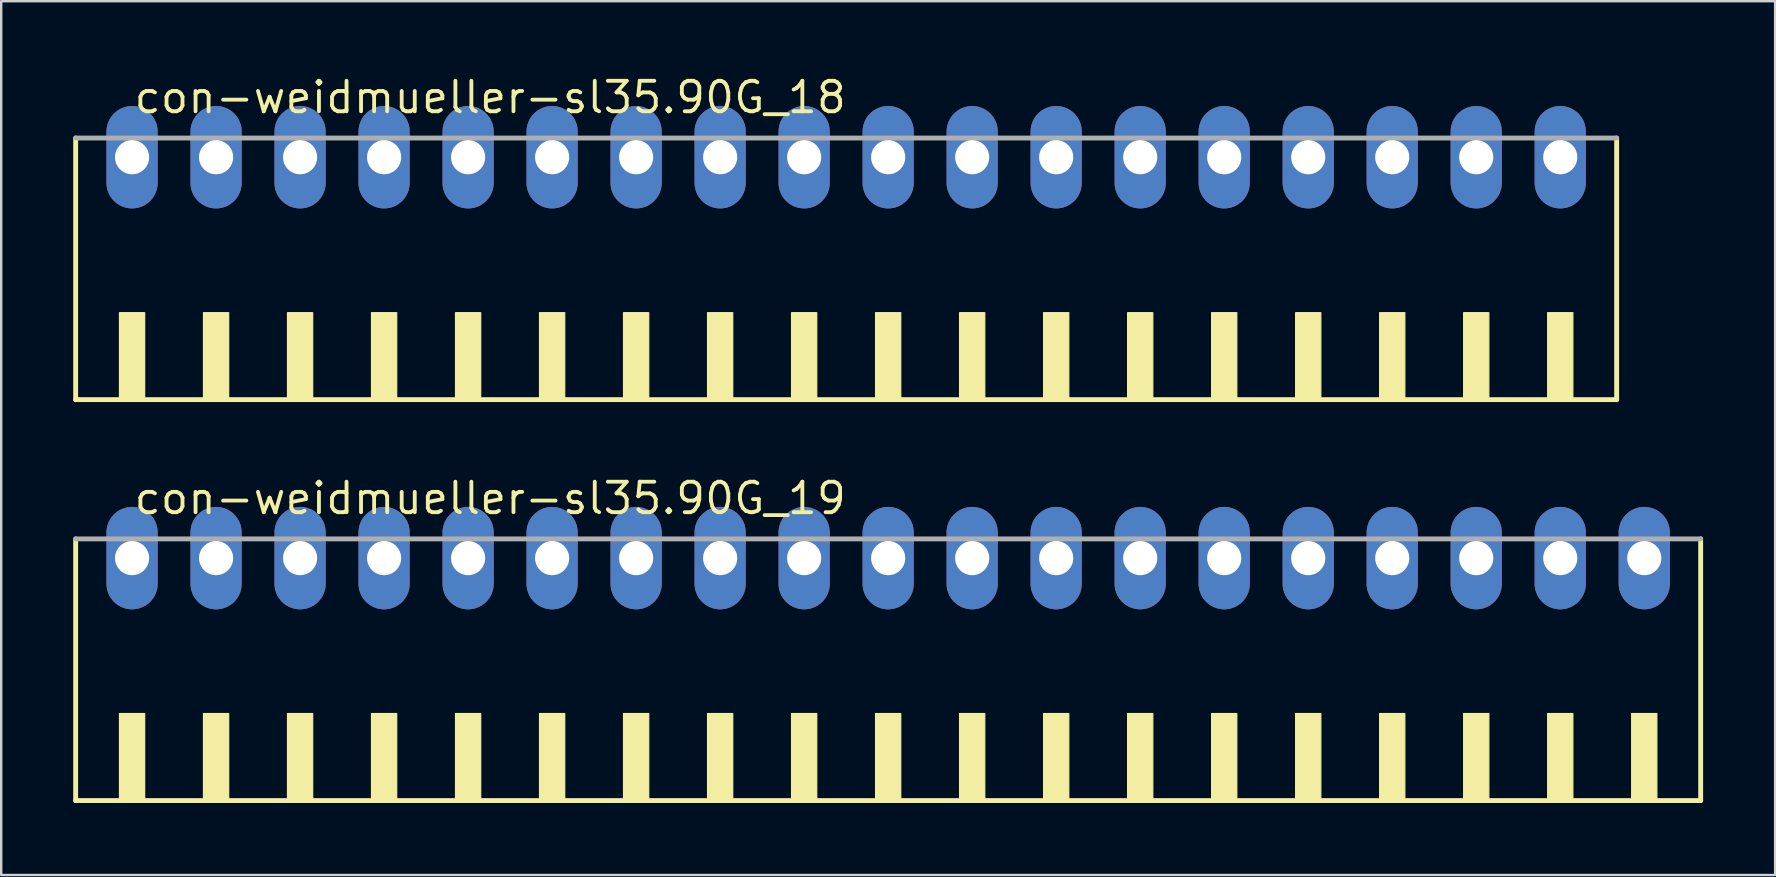
<source format=kicad_pcb>
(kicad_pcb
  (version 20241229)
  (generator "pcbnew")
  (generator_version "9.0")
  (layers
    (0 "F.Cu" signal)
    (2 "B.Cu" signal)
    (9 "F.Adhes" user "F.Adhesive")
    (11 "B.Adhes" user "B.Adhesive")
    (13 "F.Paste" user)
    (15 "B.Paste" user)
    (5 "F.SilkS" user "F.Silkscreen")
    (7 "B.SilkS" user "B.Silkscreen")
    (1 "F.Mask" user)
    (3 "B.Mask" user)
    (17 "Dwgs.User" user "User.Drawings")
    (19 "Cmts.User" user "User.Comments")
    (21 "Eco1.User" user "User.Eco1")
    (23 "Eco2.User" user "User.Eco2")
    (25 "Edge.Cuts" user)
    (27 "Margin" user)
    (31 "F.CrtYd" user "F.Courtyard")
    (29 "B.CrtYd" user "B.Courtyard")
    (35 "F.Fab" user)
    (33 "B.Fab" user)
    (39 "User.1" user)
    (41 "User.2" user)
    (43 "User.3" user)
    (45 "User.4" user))
  (footprint "con-weidmueller-sl35.90G_19"
    (layer "F.Cu")
    (at 33.952 25.452)
    (property "Reference" "con-weidmueller-sl35.90G_19" (at -31.5 -7 0) (layer "F.SilkS") (effects (font (size 1.27 1.27) (thickness 0.16)) (justify left bottom)))
    (attr through_hole)
    (fp_line (start -33.85 -6.05) (end -33.85 4.85) (stroke (width 0.203) (type default)) (layer "F.SilkS"))
    (fp_line (start -33.85 4.85) (end 33.85 4.85) (stroke (width 0.203) (type default)) (layer "F.SilkS"))
    (fp_line (start 33.85 4.85) (end 33.85 -6.05) (stroke (width 0.203) (type default)) (layer "F.SilkS"))
    (fp_rect (start -32.025 4.9) (end -30.975 1.225) (stroke (width 0.05) (type default)) (fill yes) (layer "F.SilkS"))
    (fp_rect (start -28.525 4.9) (end -27.475 1.225) (stroke (width 0.05) (type default)) (fill yes) (layer "F.SilkS"))
    (fp_rect (start -25.025 4.9) (end -23.975 1.225) (stroke (width 0.05) (type default)) (fill yes) (layer "F.SilkS"))
    (fp_rect (start -21.525 4.9) (end -20.475 1.225) (stroke (width 0.05) (type default)) (fill yes) (layer "F.SilkS"))
    (fp_rect (start -18.025 4.9) (end -16.975 1.225) (stroke (width 0.05) (type default)) (fill yes) (layer "F.SilkS"))
    (fp_rect (start -14.525 4.9) (end -13.475 1.225) (stroke (width 0.05) (type default)) (fill yes) (layer "F.SilkS"))
    (fp_rect (start -11.025 4.9) (end -9.975 1.225) (stroke (width 0.05) (type default)) (fill yes) (layer "F.SilkS"))
    (fp_rect (start -7.525 4.9) (end -6.475 1.225) (stroke (width 0.05) (type default)) (fill yes) (layer "F.SilkS"))
    (fp_rect (start -4.025 4.9) (end -2.975 1.225) (stroke (width 0.05) (type default)) (fill yes) (layer "F.SilkS"))
    (fp_rect (start -0.525 4.9) (end 0.525 1.225) (stroke (width 0.05) (type default)) (fill yes) (layer "F.SilkS"))
    (fp_rect (start 2.975 4.9) (end 4.025 1.225) (stroke (width 0.05) (type default)) (fill yes) (layer "F.SilkS"))
    (fp_rect (start 6.475 4.9) (end 7.525 1.225) (stroke (width 0.05) (type default)) (fill yes) (layer "F.SilkS"))
    (fp_rect (start 9.975 4.9) (end 11.025 1.225) (stroke (width 0.05) (type default)) (fill yes) (layer "F.SilkS"))
    (fp_rect (start 13.475 4.9) (end 14.525 1.225) (stroke (width 0.05) (type default)) (fill yes) (layer "F.SilkS"))
    (fp_rect (start 16.975 4.9) (end 18.025 1.225) (stroke (width 0.05) (type default)) (fill yes) (layer "F.SilkS"))
    (fp_rect (start 20.475 4.9) (end 21.525 1.225) (stroke (width 0.05) (type default)) (fill yes) (layer "F.SilkS"))
    (fp_rect (start 23.975 4.9) (end 25.025 1.225) (stroke (width 0.05) (type default)) (fill yes) (layer "F.SilkS"))
    (fp_rect (start 27.475 4.9) (end 28.525 1.225) (stroke (width 0.05) (type default)) (fill yes) (layer "F.SilkS"))
    (fp_rect (start 30.975 4.9) (end 32.025 1.225) (stroke (width 0.05) (type default)) (fill yes) (layer "F.SilkS"))
    (fp_line (start 33.85 -6.05) (end -33.85 -6.05) (stroke (width 0.203) (type default)) (layer "F.Fab"))
    (pad "1" thru_hole oval (at -31.5 -5.25 90) (size 4.267 2.134) (drill 1.422) (layers "*.Cu" "*.Mask"))
    (pad "2" thru_hole oval (at -28 -5.25 90) (size 4.267 2.134) (drill 1.422) (layers "*.Cu" "*.Mask"))
    (pad "3" thru_hole oval (at -24.5 -5.25 90) (size 4.267 2.134) (drill 1.422) (layers "*.Cu" "*.Mask"))
    (pad "4" thru_hole oval (at -21 -5.25 90) (size 4.267 2.134) (drill 1.422) (layers "*.Cu" "*.Mask"))
    (pad "5" thru_hole oval (at -17.5 -5.25 90) (size 4.267 2.134) (drill 1.422) (layers "*.Cu" "*.Mask"))
    (pad "6" thru_hole oval (at -14 -5.25 90) (size 4.267 2.134) (drill 1.422) (layers "*.Cu" "*.Mask"))
    (pad "7" thru_hole oval (at -10.5 -5.25 90) (size 4.267 2.134) (drill 1.422) (layers "*.Cu" "*.Mask"))
    (pad "8" thru_hole oval (at -7 -5.25 90) (size 4.267 2.134) (drill 1.422) (layers "*.Cu" "*.Mask"))
    (pad "9" thru_hole oval (at -3.5 -5.25 90) (size 4.267 2.134) (drill 1.422) (layers "*.Cu" "*.Mask"))
    (pad "10" thru_hole oval (at 0 -5.25 90) (size 4.267 2.134) (drill 1.422) (layers "*.Cu" "*.Mask"))
    (pad "11" thru_hole oval (at 3.5 -5.25 90) (size 4.267 2.134) (drill 1.422) (layers "*.Cu" "*.Mask"))
    (pad "12" thru_hole oval (at 7 -5.25 90) (size 4.267 2.134) (drill 1.422) (layers "*.Cu" "*.Mask"))
    (pad "13" thru_hole oval (at 10.5 -5.25 90) (size 4.267 2.134) (drill 1.422) (layers "*.Cu" "*.Mask"))
    (pad "14" thru_hole oval (at 14 -5.25 90) (size 4.267 2.134) (drill 1.422) (layers "*.Cu" "*.Mask"))
    (pad "15" thru_hole oval (at 17.5 -5.25 90) (size 4.267 2.134) (drill 1.422) (layers "*.Cu" "*.Mask"))
    (pad "16" thru_hole oval (at 21 -5.25 90) (size 4.267 2.134) (drill 1.422) (layers "*.Cu" "*.Mask"))
    (pad "17" thru_hole oval (at 24.5 -5.25 90) (size 4.267 2.134) (drill 1.422) (layers "*.Cu" "*.Mask"))
    (pad "18" thru_hole oval (at 28 -5.25 90) (size 4.267 2.134) (drill 1.422) (layers "*.Cu" "*.Mask"))
    (pad "19" thru_hole oval (at 31.5 -5.25 90) (size 4.267 2.134) (drill 1.422) (layers "*.Cu" "*.Mask")))
  (footprint "con-weidmueller-sl35.90G_18"
    (layer "F.Cu")
    (at 32.202 8.75)
    (property "Reference" "con-weidmueller-sl35.90G_18" (at -29.75 -7 0) (layer "F.SilkS") (effects (font (size 1.27 1.27) (thickness 0.16)) (justify left bottom)))
    (attr through_hole)
    (fp_line (start -32.1 -6.05) (end -32.1 4.85) (stroke (width 0.203) (type default)) (layer "F.SilkS"))
    (fp_line (start -32.1 4.85) (end 32.1 4.85) (stroke (width 0.203) (type default)) (layer "F.SilkS"))
    (fp_line (start 32.1 4.85) (end 32.1 -6.05) (stroke (width 0.203) (type default)) (layer "F.SilkS"))
    (fp_rect (start -30.275 4.9) (end -29.225 1.225) (stroke (width 0.05) (type default)) (fill yes) (layer "F.SilkS"))
    (fp_rect (start -26.775 4.9) (end -25.725 1.225) (stroke (width 0.05) (type default)) (fill yes) (layer "F.SilkS"))
    (fp_rect (start -23.275 4.9) (end -22.225 1.225) (stroke (width 0.05) (type default)) (fill yes) (layer "F.SilkS"))
    (fp_rect (start -19.775 4.9) (end -18.725 1.225) (stroke (width 0.05) (type default)) (fill yes) (layer "F.SilkS"))
    (fp_rect (start -16.275 4.9) (end -15.225 1.225) (stroke (width 0.05) (type default)) (fill yes) (layer "F.SilkS"))
    (fp_rect (start -12.775 4.9) (end -11.725 1.225) (stroke (width 0.05) (type default)) (fill yes) (layer "F.SilkS"))
    (fp_rect (start -9.275 4.9) (end -8.225 1.225) (stroke (width 0.05) (type default)) (fill yes) (layer "F.SilkS"))
    (fp_rect (start -5.775 4.9) (end -4.725 1.225) (stroke (width 0.05) (type default)) (fill yes) (layer "F.SilkS"))
    (fp_rect (start -2.275 4.9) (end -1.225 1.225) (stroke (width 0.05) (type default)) (fill yes) (layer "F.SilkS"))
    (fp_rect (start 1.225 4.9) (end 2.275 1.225) (stroke (width 0.05) (type default)) (fill yes) (layer "F.SilkS"))
    (fp_rect (start 4.725 4.9) (end 5.775 1.225) (stroke (width 0.05) (type default)) (fill yes) (layer "F.SilkS"))
    (fp_rect (start 8.225 4.9) (end 9.275 1.225) (stroke (width 0.05) (type default)) (fill yes) (layer "F.SilkS"))
    (fp_rect (start 11.725 4.9) (end 12.775 1.225) (stroke (width 0.05) (type default)) (fill yes) (layer "F.SilkS"))
    (fp_rect (start 15.225 4.9) (end 16.275 1.225) (stroke (width 0.05) (type default)) (fill yes) (layer "F.SilkS"))
    (fp_rect (start 18.725 4.9) (end 19.775 1.225) (stroke (width 0.05) (type default)) (fill yes) (layer "F.SilkS"))
    (fp_rect (start 22.225 4.9) (end 23.275 1.225) (stroke (width 0.05) (type default)) (fill yes) (layer "F.SilkS"))
    (fp_rect (start 25.725 4.9) (end 26.775 1.225) (stroke (width 0.05) (type default)) (fill yes) (layer "F.SilkS"))
    (fp_rect (start 29.225 4.9) (end 30.275 1.225) (stroke (width 0.05) (type default)) (fill yes) (layer "F.SilkS"))
    (fp_line (start 32.1 -6.05) (end -32.1 -6.05) (stroke (width 0.203) (type default)) (layer "F.Fab"))
    (pad "1" thru_hole oval (at -29.75 -5.25 90) (size 4.267 2.134) (drill 1.422) (layers "*.Cu" "*.Mask"))
    (pad "2" thru_hole oval (at -26.25 -5.25 90) (size 4.267 2.134) (drill 1.422) (layers "*.Cu" "*.Mask"))
    (pad "3" thru_hole oval (at -22.75 -5.25 90) (size 4.267 2.134) (drill 1.422) (layers "*.Cu" "*.Mask"))
    (pad "4" thru_hole oval (at -19.25 -5.25 90) (size 4.267 2.134) (drill 1.422) (layers "*.Cu" "*.Mask"))
    (pad "5" thru_hole oval (at -15.75 -5.25 90) (size 4.267 2.134) (drill 1.422) (layers "*.Cu" "*.Mask"))
    (pad "6" thru_hole oval (at -12.25 -5.25 90) (size 4.267 2.134) (drill 1.422) (layers "*.Cu" "*.Mask"))
    (pad "7" thru_hole oval (at -8.75 -5.25 90) (size 4.267 2.134) (drill 1.422) (layers "*.Cu" "*.Mask"))
    (pad "8" thru_hole oval (at -5.25 -5.25 90) (size 4.267 2.134) (drill 1.422) (layers "*.Cu" "*.Mask"))
    (pad "9" thru_hole oval (at -1.75 -5.25 90) (size 4.267 2.134) (drill 1.422) (layers "*.Cu" "*.Mask"))
    (pad "10" thru_hole oval (at 1.75 -5.25 90) (size 4.267 2.134) (drill 1.422) (layers "*.Cu" "*.Mask"))
    (pad "11" thru_hole oval (at 5.25 -5.25 90) (size 4.267 2.134) (drill 1.422) (layers "*.Cu" "*.Mask"))
    (pad "12" thru_hole oval (at 8.75 -5.25 90) (size 4.267 2.134) (drill 1.422) (layers "*.Cu" "*.Mask"))
    (pad "13" thru_hole oval (at 12.25 -5.25 90) (size 4.267 2.134) (drill 1.422) (layers "*.Cu" "*.Mask"))
    (pad "14" thru_hole oval (at 15.75 -5.25 90) (size 4.267 2.134) (drill 1.422) (layers "*.Cu" "*.Mask"))
    (pad "15" thru_hole oval (at 19.25 -5.25 90) (size 4.267 2.134) (drill 1.422) (layers "*.Cu" "*.Mask"))
    (pad "16" thru_hole oval (at 22.75 -5.25 90) (size 4.267 2.134) (drill 1.422) (layers "*.Cu" "*.Mask"))
    (pad "17" thru_hole oval (at 26.25 -5.25 90) (size 4.267 2.134) (drill 1.422) (layers "*.Cu" "*.Mask"))
    (pad "18" thru_hole oval (at 29.75 -5.25 90) (size 4.267 2.134) (drill 1.422) (layers "*.Cu" "*.Mask")))
  (gr_rect
    (start -3 -3)
    (end 70.903 33.403)
    (stroke (width 0.1) (type default))
    (fill no)
    (layer "Edge.Cuts")))
</source>
